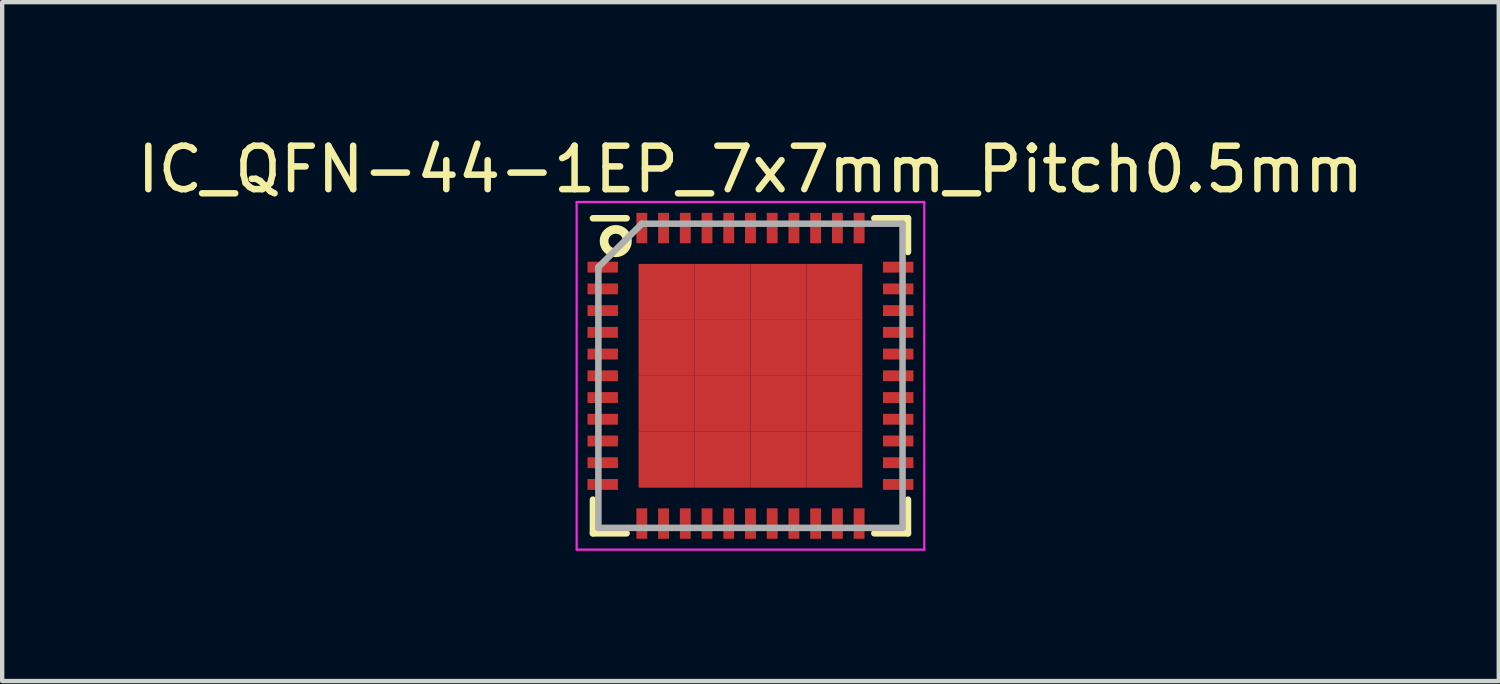
<source format=kicad_pcb>
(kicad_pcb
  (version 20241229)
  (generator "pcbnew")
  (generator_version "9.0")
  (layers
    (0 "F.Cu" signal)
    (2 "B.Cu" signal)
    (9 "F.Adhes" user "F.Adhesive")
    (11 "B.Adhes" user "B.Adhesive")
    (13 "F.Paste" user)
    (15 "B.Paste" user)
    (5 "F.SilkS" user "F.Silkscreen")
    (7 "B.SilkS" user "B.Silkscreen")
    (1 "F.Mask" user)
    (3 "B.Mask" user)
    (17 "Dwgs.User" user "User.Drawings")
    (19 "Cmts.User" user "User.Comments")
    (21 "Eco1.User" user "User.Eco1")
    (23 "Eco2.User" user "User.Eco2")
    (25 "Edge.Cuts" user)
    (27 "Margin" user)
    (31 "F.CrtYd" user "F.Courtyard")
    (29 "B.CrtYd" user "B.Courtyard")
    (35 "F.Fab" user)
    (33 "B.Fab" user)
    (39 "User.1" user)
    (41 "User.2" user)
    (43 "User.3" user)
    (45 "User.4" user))
  (footprint "IC_QFN-44-1EP_7x7mm_Pitch0.5mm"
    (layer "F.Cu")
    (at 14.22 5.598)
    (property "Reference" "IC_QFN-44-1EP_7x7mm_Pitch0.5mm" (at 0 -4.75 0) (layer "F.SilkS") (effects (font (size 1 1) (thickness 0.15))))
    (attr smd)
    (fp_line (start -3.625 -3.625) (end -2.85 -3.625) (stroke (width 0.15) (type solid)) (layer "F.SilkS"))
    (fp_line (start -3.625 3.625) (end -3.625 2.85) (stroke (width 0.15) (type solid)) (layer "F.SilkS"))
    (fp_line (start -3.625 3.625) (end -2.85 3.625) (stroke (width 0.15) (type solid)) (layer "F.SilkS"))
    (fp_line (start 3.625 -3.625) (end 2.85 -3.625) (stroke (width 0.15) (type solid)) (layer "F.SilkS"))
    (fp_line (start 3.625 -3.625) (end 3.625 -2.85) (stroke (width 0.15) (type solid)) (layer "F.SilkS"))
    (fp_line (start 3.625 3.625) (end 2.85 3.625) (stroke (width 0.15) (type solid)) (layer "F.SilkS"))
    (fp_line (start 3.625 3.625) (end 3.625 2.85) (stroke (width 0.15) (type solid)) (layer "F.SilkS"))
    (fp_circle (center -3.1 -3.1) (end -3.35 -3.2) (stroke (width 0.2) (type solid)) (fill no) (layer "F.SilkS"))
    (fp_line (start -4 -4) (end -4 4) (stroke (width 0.05) (type solid)) (layer "F.CrtYd"))
    (fp_line (start -4 -4) (end 4 -4) (stroke (width 0.05) (type solid)) (layer "F.CrtYd"))
    (fp_line (start -4 4) (end 4 4) (stroke (width 0.05) (type solid)) (layer "F.CrtYd"))
    (fp_line (start 4 -4) (end 4 4) (stroke (width 0.05) (type solid)) (layer "F.CrtYd"))
    (fp_line (start -3.5 -2.5) (end -2.5 -3.5) (stroke (width 0.15) (type solid)) (layer "F.Fab"))
    (fp_line (start -3.5 3.5) (end -3.5 -2.5) (stroke (width 0.15) (type solid)) (layer "F.Fab"))
    (fp_line (start -2.5 -3.5) (end 3.5 -3.5) (stroke (width 0.15) (type solid)) (layer "F.Fab"))
    (fp_line (start 3.5 -3.5) (end 3.5 3.5) (stroke (width 0.15) (type solid)) (layer "F.Fab"))
    (fp_line (start 3.5 3.5) (end -3.5 3.5) (stroke (width 0.15) (type solid)) (layer "F.Fab"))
    (pad "1" smd rect (at -3.4 -2.5) (size 0.7 0.25) (layers "F.Cu" "F.Mask" "F.Paste"))
    (pad "2" smd rect (at -3.4 -2) (size 0.7 0.25) (layers "F.Cu" "F.Mask" "F.Paste"))
    (pad "3" smd rect (at -3.4 -1.5) (size 0.7 0.25) (layers "F.Cu" "F.Mask" "F.Paste"))
    (pad "4" smd rect (at -3.4 -1) (size 0.7 0.25) (layers "F.Cu" "F.Mask" "F.Paste"))
    (pad "5" smd rect (at -3.4 -0.5) (size 0.7 0.25) (layers "F.Cu" "F.Mask" "F.Paste"))
    (pad "6" smd rect (at -3.4 0) (size 0.7 0.25) (layers "F.Cu" "F.Mask" "F.Paste"))
    (pad "7" smd rect (at -3.4 0.5) (size 0.7 0.25) (layers "F.Cu" "F.Mask" "F.Paste"))
    (pad "8" smd rect (at -3.4 1) (size 0.7 0.25) (layers "F.Cu" "F.Mask" "F.Paste"))
    (pad "9" smd rect (at -3.4 1.5) (size 0.7 0.25) (layers "F.Cu" "F.Mask" "F.Paste"))
    (pad "10" smd rect (at -3.4 2) (size 0.7 0.25) (layers "F.Cu" "F.Mask" "F.Paste"))
    (pad "11" smd rect (at -3.4 2.5) (size 0.7 0.25) (layers "F.Cu" "F.Mask" "F.Paste"))
    (pad "12" smd rect (at -2.5 3.4 90) (size 0.7 0.25) (layers "F.Cu" "F.Mask" "F.Paste"))
    (pad "13" smd rect (at -2 3.4 90) (size 0.7 0.25) (layers "F.Cu" "F.Mask" "F.Paste"))
    (pad "14" smd rect (at -1.5 3.4 90) (size 0.7 0.25) (layers "F.Cu" "F.Mask" "F.Paste"))
    (pad "15" smd rect (at -1 3.4 90) (size 0.7 0.25) (layers "F.Cu" "F.Mask" "F.Paste"))
    (pad "16" smd rect (at -0.5 3.4 90) (size 0.7 0.25) (layers "F.Cu" "F.Mask" "F.Paste"))
    (pad "17" smd rect (at 0 3.4 90) (size 0.7 0.25) (layers "F.Cu" "F.Mask" "F.Paste"))
    (pad "18" smd rect (at 0.5 3.4 90) (size 0.7 0.25) (layers "F.Cu" "F.Mask" "F.Paste"))
    (pad "19" smd rect (at 1 3.4 90) (size 0.7 0.25) (layers "F.Cu" "F.Mask" "F.Paste"))
    (pad "20" smd rect (at 1.5 3.4 90) (size 0.7 0.25) (layers "F.Cu" "F.Mask" "F.Paste"))
    (pad "21" smd rect (at 2 3.4 90) (size 0.7 0.25) (layers "F.Cu" "F.Mask" "F.Paste"))
    (pad "22" smd rect (at 2.5 3.4 90) (size 0.7 0.25) (layers "F.Cu" "F.Mask" "F.Paste"))
    (pad "23" smd rect (at 3.4 2.5) (size 0.7 0.25) (layers "F.Cu" "F.Mask" "F.Paste"))
    (pad "24" smd rect (at 3.4 2) (size 0.7 0.25) (layers "F.Cu" "F.Mask" "F.Paste"))
    (pad "25" smd rect (at 3.4 1.5) (size 0.7 0.25) (layers "F.Cu" "F.Mask" "F.Paste"))
    (pad "26" smd rect (at 3.4 1) (size 0.7 0.25) (layers "F.Cu" "F.Mask" "F.Paste"))
    (pad "27" smd rect (at 3.4 0.5) (size 0.7 0.25) (layers "F.Cu" "F.Mask" "F.Paste"))
    (pad "28" smd rect (at 3.4 0) (size 0.7 0.25) (layers "F.Cu" "F.Mask" "F.Paste"))
    (pad "29" smd rect (at 3.4 -0.5) (size 0.7 0.25) (layers "F.Cu" "F.Mask" "F.Paste"))
    (pad "30" smd rect (at 3.4 -1) (size 0.7 0.25) (layers "F.Cu" "F.Mask" "F.Paste"))
    (pad "31" smd rect (at 3.4 -1.5) (size 0.7 0.25) (layers "F.Cu" "F.Mask" "F.Paste"))
    (pad "32" smd rect (at 3.4 -2) (size 0.7 0.25) (layers "F.Cu" "F.Mask" "F.Paste"))
    (pad "33" smd rect (at 3.4 -2.5) (size 0.7 0.25) (layers "F.Cu" "F.Mask" "F.Paste"))
    (pad "34" smd rect (at 2.5 -3.4 90) (size 0.7 0.25) (layers "F.Cu" "F.Mask" "F.Paste"))
    (pad "35" smd rect (at 2 -3.4 90) (size 0.7 0.25) (layers "F.Cu" "F.Mask" "F.Paste"))
    (pad "36" smd rect (at 1.5 -3.4 90) (size 0.7 0.25) (layers "F.Cu" "F.Mask" "F.Paste"))
    (pad "37" smd rect (at 1 -3.4 90) (size 0.7 0.25) (layers "F.Cu" "F.Mask" "F.Paste"))
    (pad "38" smd rect (at 0.5 -3.4 90) (size 0.7 0.25) (layers "F.Cu" "F.Mask" "F.Paste"))
    (pad "39" smd rect (at 0 -3.4 90) (size 0.7 0.25) (layers "F.Cu" "F.Mask" "F.Paste"))
    (pad "40" smd rect (at -0.5 -3.4 90) (size 0.7 0.25) (layers "F.Cu" "F.Mask" "F.Paste"))
    (pad "41" smd rect (at -1 -3.4 90) (size 0.7 0.25) (layers "F.Cu" "F.Mask" "F.Paste"))
    (pad "42" smd rect (at -1.5 -3.4 90) (size 0.7 0.25) (layers "F.Cu" "F.Mask" "F.Paste"))
    (pad "43" smd rect (at -2 -3.4 90) (size 0.7 0.25) (layers "F.Cu" "F.Mask" "F.Paste"))
    (pad "44" smd rect (at -2.5 -3.4 90) (size 0.7 0.25) (layers "F.Cu" "F.Mask" "F.Paste"))
    (pad "45" smd rect (at -1.931 -1.931) (size 1.288 1.288) (layers "F.Cu" "F.Mask" "F.Paste"))
    (pad "45" smd rect (at -1.931 -0.644) (size 1.288 1.288) (layers "F.Cu" "F.Mask" "F.Paste"))
    (pad "45" smd rect (at -1.931 0.644) (size 1.288 1.288) (layers "F.Cu" "F.Mask" "F.Paste"))
    (pad "45" smd rect (at -1.931 1.931) (size 1.288 1.288) (layers "F.Cu" "F.Mask" "F.Paste"))
    (pad "45" smd rect (at -0.644 -1.931) (size 1.288 1.288) (layers "F.Cu" "F.Mask" "F.Paste"))
    (pad "45" smd rect (at -0.644 -0.644) (size 1.288 1.288) (layers "F.Cu" "F.Mask" "F.Paste"))
    (pad "45" smd rect (at -0.644 0.644) (size 1.288 1.288) (layers "F.Cu" "F.Mask" "F.Paste"))
    (pad "45" smd rect (at -0.644 1.931) (size 1.288 1.288) (layers "F.Cu" "F.Mask" "F.Paste"))
    (pad "45" smd rect (at 0.644 -1.931) (size 1.288 1.288) (layers "F.Cu" "F.Mask" "F.Paste"))
    (pad "45" smd rect (at 0.644 -0.644) (size 1.288 1.288) (layers "F.Cu" "F.Mask" "F.Paste"))
    (pad "45" smd rect (at 0.644 0.644) (size 1.288 1.288) (layers "F.Cu" "F.Mask" "F.Paste"))
    (pad "45" smd rect (at 0.644 1.931) (size 1.288 1.288) (layers "F.Cu" "F.Mask" "F.Paste"))
    (pad "45" smd rect (at 1.931 -1.931) (size 1.288 1.288) (layers "F.Cu" "F.Mask" "F.Paste"))
    (pad "45" smd rect (at 1.931 -0.644) (size 1.288 1.288) (layers "F.Cu" "F.Mask" "F.Paste"))
    (pad "45" smd rect (at 1.931 0.644) (size 1.288 1.288) (layers "F.Cu" "F.Mask" "F.Paste"))
    (pad "45" smd rect (at 1.931 1.931) (size 1.288 1.288) (layers "F.Cu" "F.Mask" "F.Paste")))
  (gr_rect
    (start -3 -3)
    (end 31.44 12.623)
    (stroke (width 0.1) (type default))
    (fill no)
    (layer "Edge.Cuts")))
</source>
